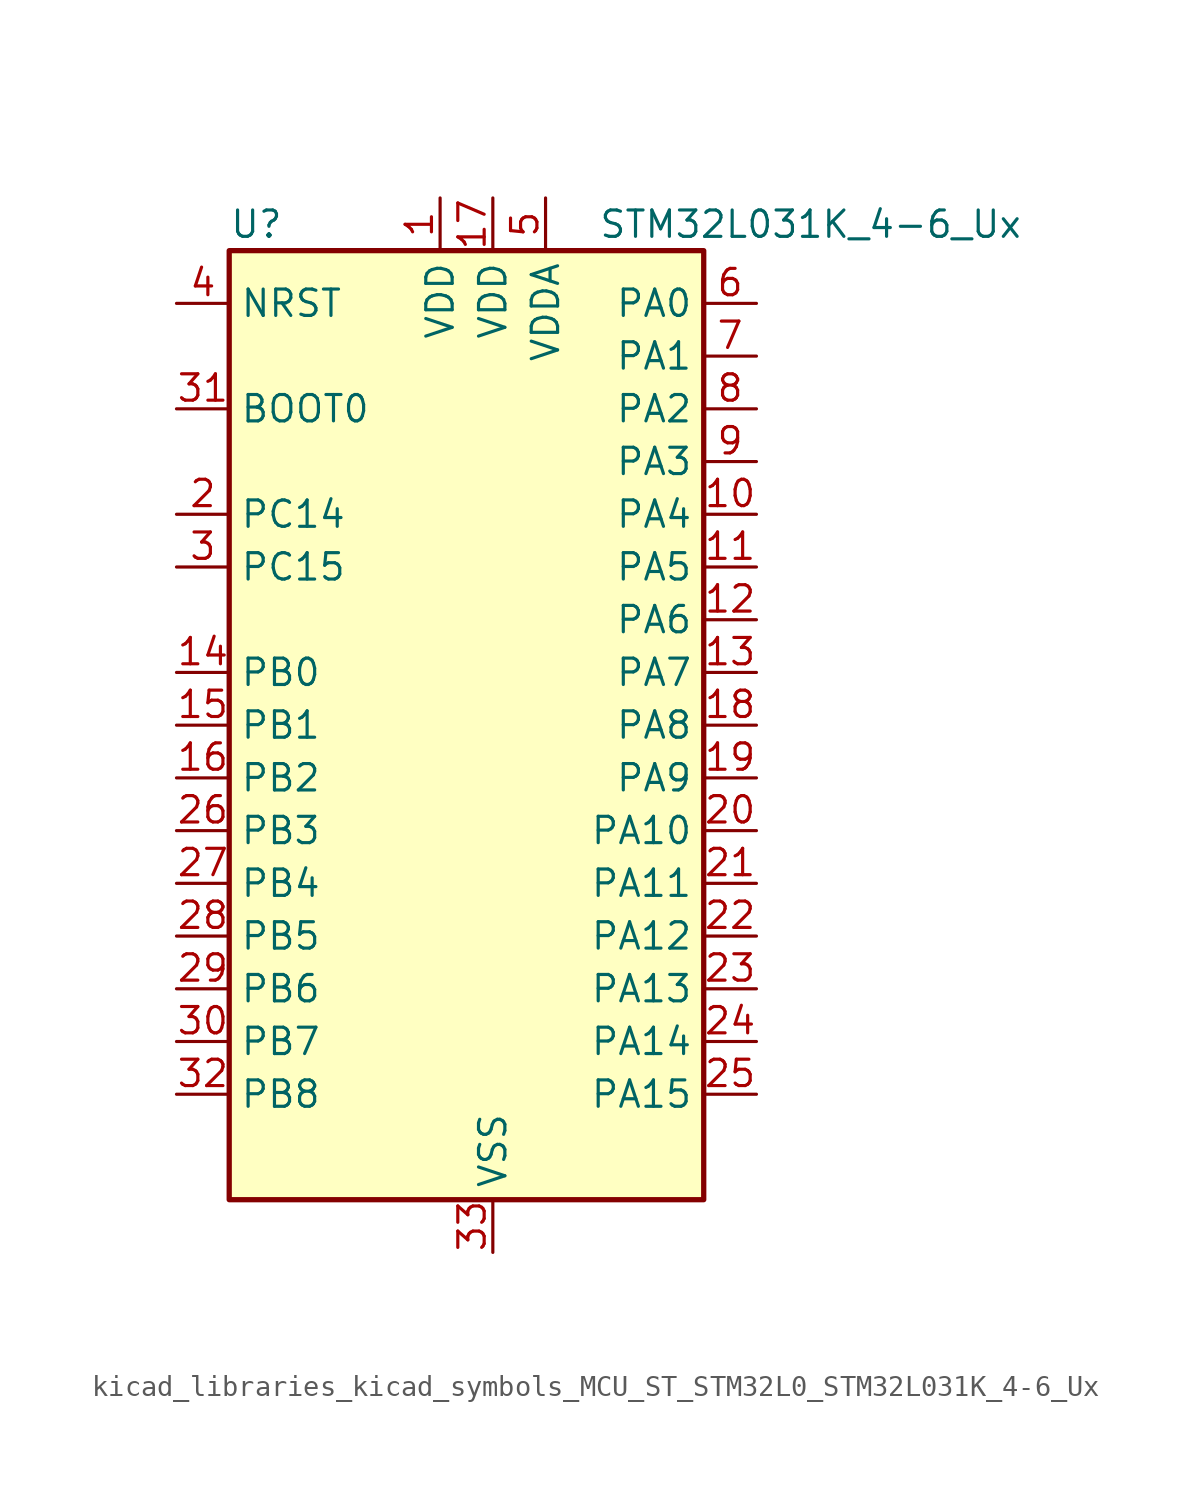
<source format=kicad_sym>
(kicad_symbol_lib
  (version 20220914)
  (generator kicad_symbol_editor)
  (symbol "kicad_libraries_kicad_symbols_MCU_ST_STM32L0_STM32L031K_4-6_Ux"
    (property "Reference" "U"
      (at -10.16 24.13 0)
      (effects (font (size 1.27 1.27)) (justify left)))
    (property "Value" "STM32L031K_4-6_Ux"
      (at 7.62 24.13 0)
      (effects (font (size 1.27 1.27)) (justify left)))
    (property "ki_locked" ""
      (at 0 0 0)
      (effects (font (size 1.27 1.27))))
    (symbol "kicad_libraries_kicad_symbols_MCU_ST_STM32L0_STM32L031K_4-6_Ux_0_1"
      (rectangle (start -10.16 -22.86) (end 12.7 22.86) (stroke (width 0.254) (type default)) (fill (type background))))
    (symbol "kicad_libraries_kicad_symbols_MCU_ST_STM32L0_STM32L031K_4-6_Ux_1_1"
      (pin power_in line (at 0 25.4 270) (length 2.54) (name "VDD" (effects (font (size 1.27 1.27)))) (number "1" (effects (font (size 1.27 1.27)))))
      (pin bidirectional line (at 15.24 10.16 180) (length 2.54) (name "PA4" (effects (font (size 1.27 1.27)))) (number "10" (effects (font (size 1.27 1.27)))) (alternate "ADC_IN4" bidirectional line) (alternate "COMP1_INM" bidirectional line) (alternate "COMP2_INM" bidirectional line) (alternate "LPTIM1_IN1" bidirectional line) (alternate "SPI1_NSS" bidirectional line) (alternate "TIM22_ETR" bidirectional line) (alternate "USART2_CK" bidirectional line))
      (pin bidirectional line (at 15.24 7.62 180) (length 2.54) (name "PA5" (effects (font (size 1.27 1.27)))) (number "11" (effects (font (size 1.27 1.27)))) (alternate "ADC_IN5" bidirectional line) (alternate "COMP1_INM" bidirectional line) (alternate "COMP2_INM" bidirectional line) (alternate "LPTIM1_IN2" bidirectional line) (alternate "SPI1_SCK" bidirectional line) (alternate "TIM2_CH1" bidirectional line) (alternate "TIM2_ETR" bidirectional line))
      (pin bidirectional line (at 15.24 5.08 180) (length 2.54) (name "PA6" (effects (font (size 1.27 1.27)))) (number "12" (effects (font (size 1.27 1.27)))) (alternate "ADC_IN6" bidirectional line) (alternate "COMP1_OUT" bidirectional line) (alternate "LPTIM1_ETR" bidirectional line) (alternate "LPUART1_CTS" bidirectional line) (alternate "SPI1_MISO" bidirectional line) (alternate "TIM22_CH1" bidirectional line))
      (pin bidirectional line (at 15.24 2.54 180) (length 2.54) (name "PA7" (effects (font (size 1.27 1.27)))) (number "13" (effects (font (size 1.27 1.27)))) (alternate "ADC_IN7" bidirectional line) (alternate "COMP2_OUT" bidirectional line) (alternate "LPTIM1_OUT" bidirectional line) (alternate "SPI1_MOSI" bidirectional line) (alternate "TIM22_CH2" bidirectional line) (alternate "USART2_CTS" bidirectional line))
      (pin bidirectional line (at -12.7 2.54 0) (length 2.54) (name "PB0" (effects (font (size 1.27 1.27)))) (number "14" (effects (font (size 1.27 1.27)))) (alternate "ADC_IN8" bidirectional line) (alternate "SPI1_MISO" bidirectional line) (alternate "SYS_VREF_OUT_PB0" bidirectional line) (alternate "TIM2_CH3" bidirectional line) (alternate "USART2_DE" bidirectional line) (alternate "USART2_RTS" bidirectional line))
      (pin bidirectional line (at -12.7 0 0) (length 2.54) (name "PB1" (effects (font (size 1.27 1.27)))) (number "15" (effects (font (size 1.27 1.27)))) (alternate "ADC_IN9" bidirectional line) (alternate "LPUART1_DE" bidirectional line) (alternate "LPUART1_RTS" bidirectional line) (alternate "SPI1_MOSI" bidirectional line) (alternate "SYS_VREF_OUT_PB1" bidirectional line) (alternate "TIM2_CH4" bidirectional line) (alternate "USART2_CK" bidirectional line))
      (pin bidirectional line (at -12.7 -2.54 0) (length 2.54) (name "PB2" (effects (font (size 1.27 1.27)))) (number "16" (effects (font (size 1.27 1.27)))) (alternate "LPTIM1_OUT" bidirectional line))
      (pin power_in line (at 2.54 25.4 270) (length 2.54) (name "VDD" (effects (font (size 1.27 1.27)))) (number "17" (effects (font (size 1.27 1.27)))))
      (pin bidirectional line (at 15.24 0 180) (length 2.54) (name "PA8" (effects (font (size 1.27 1.27)))) (number "18" (effects (font (size 1.27 1.27)))) (alternate "LPTIM1_IN1" bidirectional line) (alternate "RCC_MCO" bidirectional line) (alternate "TIM2_CH1" bidirectional line) (alternate "USART2_CK" bidirectional line))
      (pin bidirectional line (at 15.24 -2.54 180) (length 2.54) (name "PA9" (effects (font (size 1.27 1.27)))) (number "19" (effects (font (size 1.27 1.27)))) (alternate "I2C1_SCL" bidirectional line) (alternate "RCC_MCO" bidirectional line) (alternate "TIM22_CH1" bidirectional line) (alternate "USART2_TX" bidirectional line))
      (pin bidirectional line (at -12.7 10.16 0) (length 2.54) (name "PC14" (effects (font (size 1.27 1.27)))) (number "2" (effects (font (size 1.27 1.27)))) (alternate "RCC_OSC32_IN" bidirectional line))
      (pin bidirectional line (at 15.24 -5.08 180) (length 2.54) (name "PA10" (effects (font (size 1.27 1.27)))) (number "20" (effects (font (size 1.27 1.27)))) (alternate "I2C1_SDA" bidirectional line) (alternate "TIM22_CH2" bidirectional line) (alternate "USART2_RX" bidirectional line))
      (pin bidirectional line (at 15.24 -7.62 180) (length 2.54) (name "PA11" (effects (font (size 1.27 1.27)))) (number "21" (effects (font (size 1.27 1.27)))) (alternate "ADC_EXTI11" bidirectional line) (alternate "COMP1_OUT" bidirectional line) (alternate "SPI1_MISO" bidirectional line) (alternate "TIM21_CH2" bidirectional line) (alternate "USART2_CTS" bidirectional line))
      (pin bidirectional line (at 15.24 -10.16 180) (length 2.54) (name "PA12" (effects (font (size 1.27 1.27)))) (number "22" (effects (font (size 1.27 1.27)))) (alternate "COMP2_OUT" bidirectional line) (alternate "SPI1_MOSI" bidirectional line) (alternate "USART2_DE" bidirectional line) (alternate "USART2_RTS" bidirectional line))
      (pin bidirectional line (at 15.24 -12.7 180) (length 2.54) (name "PA13" (effects (font (size 1.27 1.27)))) (number "23" (effects (font (size 1.27 1.27)))) (alternate "LPTIM1_ETR" bidirectional line) (alternate "LPUART1_RX" bidirectional line) (alternate "SYS_SWDIO" bidirectional line))
      (pin bidirectional line (at 15.24 -15.24 180) (length 2.54) (name "PA14" (effects (font (size 1.27 1.27)))) (number "24" (effects (font (size 1.27 1.27)))) (alternate "I2C1_SMBA" bidirectional line) (alternate "LPTIM1_OUT" bidirectional line) (alternate "LPUART1_TX" bidirectional line) (alternate "SYS_SWCLK" bidirectional line) (alternate "USART2_TX" bidirectional line))
      (pin bidirectional line (at 15.24 -17.78 180) (length 2.54) (name "PA15" (effects (font (size 1.27 1.27)))) (number "25" (effects (font (size 1.27 1.27)))) (alternate "SPI1_NSS" bidirectional line) (alternate "TIM2_CH1" bidirectional line) (alternate "TIM2_ETR" bidirectional line) (alternate "USART2_RX" bidirectional line))
      (pin bidirectional line (at -12.7 -5.08 0) (length 2.54) (name "PB3" (effects (font (size 1.27 1.27)))) (number "26" (effects (font (size 1.27 1.27)))) (alternate "COMP2_INM" bidirectional line) (alternate "SPI1_SCK" bidirectional line) (alternate "TIM2_CH2" bidirectional line))
      (pin bidirectional line (at -12.7 -7.62 0) (length 2.54) (name "PB4" (effects (font (size 1.27 1.27)))) (number "27" (effects (font (size 1.27 1.27)))) (alternate "COMP2_INP" bidirectional line) (alternate "SPI1_MISO" bidirectional line) (alternate "TIM22_CH1" bidirectional line))
      (pin bidirectional line (at -12.7 -10.16 0) (length 2.54) (name "PB5" (effects (font (size 1.27 1.27)))) (number "28" (effects (font (size 1.27 1.27)))) (alternate "COMP2_INP" bidirectional line) (alternate "I2C1_SMBA" bidirectional line) (alternate "LPTIM1_IN1" bidirectional line) (alternate "SPI1_MOSI" bidirectional line) (alternate "TIM22_CH2" bidirectional line))
      (pin bidirectional line (at -12.7 -12.7 0) (length 2.54) (name "PB6" (effects (font (size 1.27 1.27)))) (number "29" (effects (font (size 1.27 1.27)))) (alternate "COMP2_INP" bidirectional line) (alternate "I2C1_SCL" bidirectional line) (alternate "LPTIM1_ETR" bidirectional line) (alternate "TIM21_CH1" bidirectional line) (alternate "USART2_TX" bidirectional line))
      (pin bidirectional line (at -12.7 7.62 0) (length 2.54) (name "PC15" (effects (font (size 1.27 1.27)))) (number "3" (effects (font (size 1.27 1.27)))) (alternate "RCC_OSC32_OUT" bidirectional line))
      (pin bidirectional line (at -12.7 -15.24 0) (length 2.54) (name "PB7" (effects (font (size 1.27 1.27)))) (number "30" (effects (font (size 1.27 1.27)))) (alternate "COMP2_INP" bidirectional line) (alternate "I2C1_SDA" bidirectional line) (alternate "LPTIM1_IN2" bidirectional line) (alternate "SYS_PVD_IN" bidirectional line) (alternate "USART2_RX" bidirectional line))
      (pin input line (at -12.7 15.24 0) (length 2.54) (name "BOOT0" (effects (font (size 1.27 1.27)))) (number "31" (effects (font (size 1.27 1.27)))))
      (pin bidirectional line (at -12.7 -17.78 0) (length 2.54) (name "PB8" (effects (font (size 1.27 1.27)))) (number "32" (effects (font (size 1.27 1.27)))) (alternate "I2C1_SCL" bidirectional line))
      (pin power_in line (at 2.54 -25.4 90) (length 2.54) (name "VSS" (effects (font (size 1.27 1.27)))) (number "33" (effects (font (size 1.27 1.27)))))
      (pin input line (at -12.7 20.32 0) (length 2.54) (name "NRST" (effects (font (size 1.27 1.27)))) (number "4" (effects (font (size 1.27 1.27)))))
      (pin power_in line (at 5.08 25.4 270) (length 2.54) (name "VDDA" (effects (font (size 1.27 1.27)))) (number "5" (effects (font (size 1.27 1.27)))))
      (pin bidirectional line (at 15.24 20.32 180) (length 2.54) (name "PA0" (effects (font (size 1.27 1.27)))) (number "6" (effects (font (size 1.27 1.27)))) (alternate "ADC_IN0" bidirectional line) (alternate "COMP1_INM" bidirectional line) (alternate "COMP1_OUT" bidirectional line) (alternate "LPTIM1_IN1" bidirectional line) (alternate "RCC_CK_IN" bidirectional line) (alternate "RTC_TAMP2" bidirectional line) (alternate "SYS_WKUP1" bidirectional line) (alternate "TIM2_CH1" bidirectional line) (alternate "TIM2_ETR" bidirectional line) (alternate "USART2_CTS" bidirectional line))
      (pin bidirectional line (at 15.24 17.78 180) (length 2.54) (name "PA1" (effects (font (size 1.27 1.27)))) (number "7" (effects (font (size 1.27 1.27)))) (alternate "ADC_IN1" bidirectional line) (alternate "COMP1_INP" bidirectional line) (alternate "I2C1_SMBA" bidirectional line) (alternate "LPTIM1_IN2" bidirectional line) (alternate "TIM21_ETR" bidirectional line) (alternate "TIM2_CH2" bidirectional line) (alternate "USART2_DE" bidirectional line) (alternate "USART2_RTS" bidirectional line))
      (pin bidirectional line (at 15.24 15.24 180) (length 2.54) (name "PA2" (effects (font (size 1.27 1.27)))) (number "8" (effects (font (size 1.27 1.27)))) (alternate "ADC_IN2" bidirectional line) (alternate "COMP2_INM" bidirectional line) (alternate "COMP2_OUT" bidirectional line) (alternate "LPUART1_TX" bidirectional line) (alternate "RTC_OUT_ALARM" bidirectional line) (alternate "RTC_OUT_CALIB" bidirectional line) (alternate "RTC_TAMP3" bidirectional line) (alternate "RTC_TS" bidirectional line) (alternate "SYS_WKUP3" bidirectional line) (alternate "TIM21_CH1" bidirectional line) (alternate "TIM2_CH3" bidirectional line) (alternate "USART2_TX" bidirectional line))
      (pin bidirectional line (at 15.24 12.7 180) (length 2.54) (name "PA3" (effects (font (size 1.27 1.27)))) (number "9" (effects (font (size 1.27 1.27)))) (alternate "ADC_IN3" bidirectional line) (alternate "COMP2_INP" bidirectional line) (alternate "LPUART1_RX" bidirectional line) (alternate "TIM21_CH2" bidirectional line) (alternate "TIM2_CH4" bidirectional line) (alternate "USART2_RX" bidirectional line)))))
</source>
